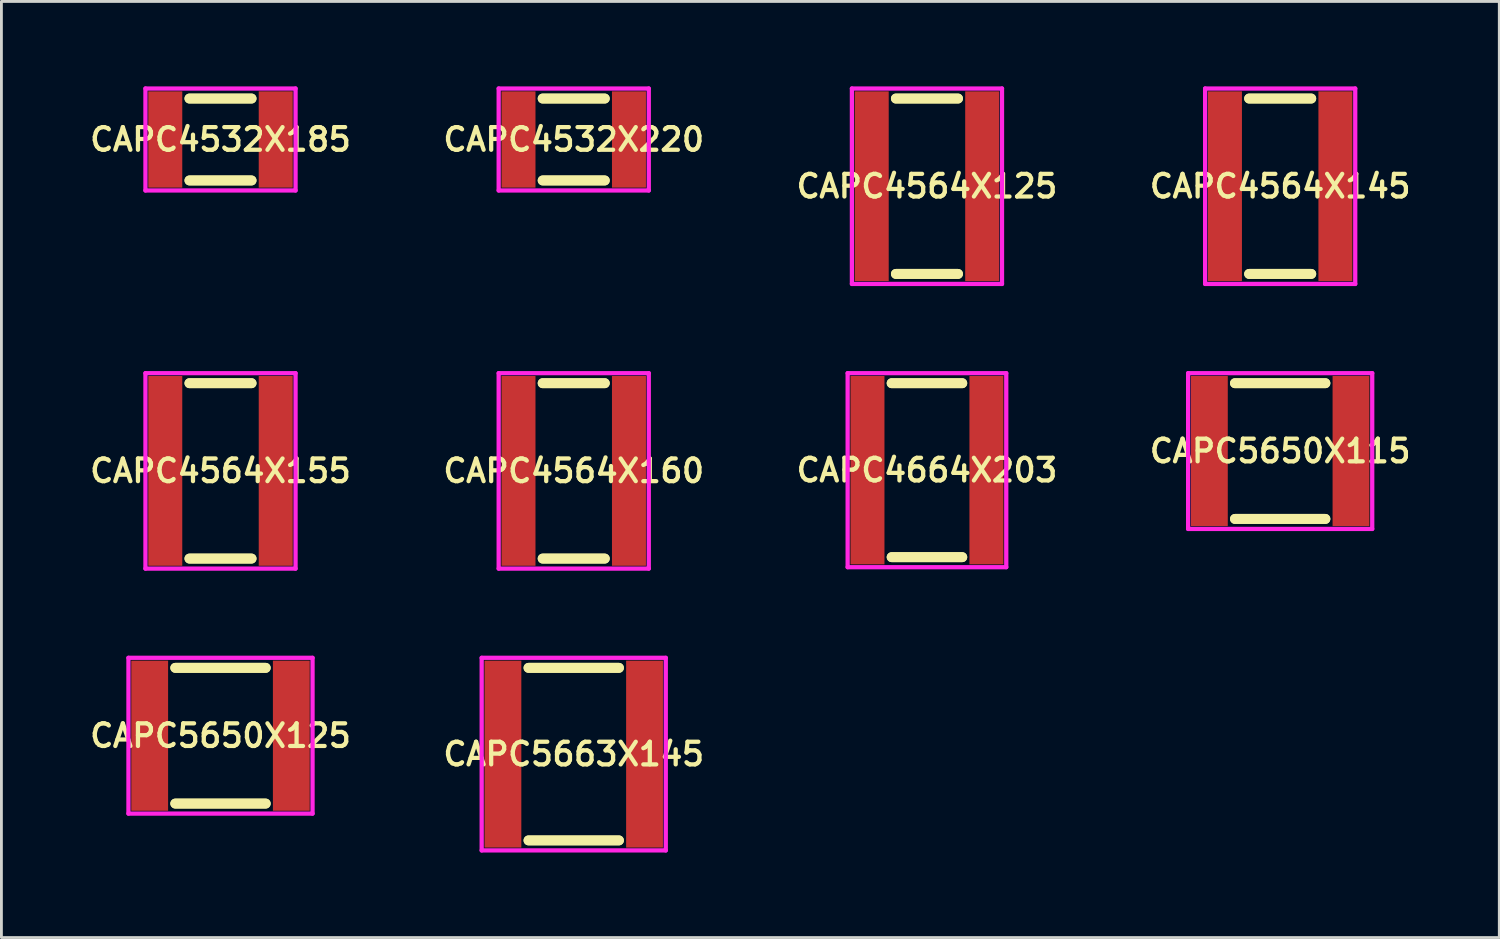
<source format=kicad_pcb>
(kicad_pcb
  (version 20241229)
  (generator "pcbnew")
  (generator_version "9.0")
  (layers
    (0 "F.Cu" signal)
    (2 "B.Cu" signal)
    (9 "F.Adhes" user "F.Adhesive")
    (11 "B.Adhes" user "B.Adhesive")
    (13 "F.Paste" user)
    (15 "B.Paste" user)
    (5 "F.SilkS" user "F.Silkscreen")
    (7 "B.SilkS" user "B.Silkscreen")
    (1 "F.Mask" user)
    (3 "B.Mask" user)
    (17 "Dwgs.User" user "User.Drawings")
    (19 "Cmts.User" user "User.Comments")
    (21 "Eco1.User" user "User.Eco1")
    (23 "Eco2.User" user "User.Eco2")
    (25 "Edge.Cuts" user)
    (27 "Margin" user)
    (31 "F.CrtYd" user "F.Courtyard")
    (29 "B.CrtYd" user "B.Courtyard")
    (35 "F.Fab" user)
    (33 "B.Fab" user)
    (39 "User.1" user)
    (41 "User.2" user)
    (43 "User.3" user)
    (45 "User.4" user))
  (footprint "CAPC4564X125"
    (layer "F.Cu")
    (at 29.677 3.525)
    (property "Reference" "CAPC4564X125" (at 0 0 0) (layer "F.SilkS") (effects (font (size 0.8 0.8) (thickness 0.15))))
    (attr smd)
    (fp_line (start -1.096 -3.096) (end 1.096 -3.096) (stroke (width 0.35) (type solid)) (layer "F.SilkS"))
    (fp_line (start -1.096 3.096) (end 1.096 3.096) (stroke (width 0.35) (type solid)) (layer "F.SilkS"))
    (fp_line (start 1.096 -3.096) (end -1.096 -3.096) (stroke (width 0.35) (type solid)) (layer "F.SilkS"))
    (fp_line (start 1.096 3.096) (end -1.096 3.096) (stroke (width 0.35) (type solid)) (layer "F.SilkS"))
    (fp_line (start -2.65 -3.45) (end 2.65 -3.45) (stroke (width 0.15) (type solid)) (layer "F.CrtYd"))
    (fp_line (start -2.65 3.45) (end -2.65 -3.45) (stroke (width 0.15) (type solid)) (layer "F.CrtYd"))
    (fp_line (start 2.65 -3.45) (end 2.65 3.45) (stroke (width 0.15) (type solid)) (layer "F.CrtYd"))
    (fp_line (start 2.65 3.45) (end -2.65 3.45) (stroke (width 0.15) (type solid)) (layer "F.CrtYd"))
    (pad "1" smd rect (at -1.95 0) (size 1.2 6.7) (layers "F.Cu" "F.Mask" "F.Paste"))
    (pad "2" smd rect (at 1.95 0) (size 1.2 6.7) (layers "F.Cu" "F.Mask" "F.Paste")))
  (footprint "CAPC5663X145"
    (layer "F.Cu")
    (at 17.206 23.575)
    (property "Reference" "CAPC5663X145" (at 0 0 0) (layer "F.SilkS") (effects (font (size 0.8 0.8) (thickness 0.15))))
    (attr smd)
    (fp_line (start -1.596 -3.046) (end 1.596 -3.046) (stroke (width 0.35) (type solid)) (layer "F.SilkS"))
    (fp_line (start -1.596 3.046) (end 1.596 3.046) (stroke (width 0.35) (type solid)) (layer "F.SilkS"))
    (fp_line (start 1.596 -3.046) (end -1.596 -3.046) (stroke (width 0.35) (type solid)) (layer "F.SilkS"))
    (fp_line (start 1.596 3.046) (end -1.596 3.046) (stroke (width 0.35) (type solid)) (layer "F.SilkS"))
    (fp_line (start -3.25 -3.4) (end 3.25 -3.4) (stroke (width 0.15) (type solid)) (layer "F.CrtYd"))
    (fp_line (start -3.25 3.4) (end -3.25 -3.4) (stroke (width 0.15) (type solid)) (layer "F.CrtYd"))
    (fp_line (start 3.25 -3.4) (end 3.25 3.4) (stroke (width 0.15) (type solid)) (layer "F.CrtYd"))
    (fp_line (start 3.25 3.4) (end -3.25 3.4) (stroke (width 0.15) (type solid)) (layer "F.CrtYd"))
    (pad "1" smd rect (at -2.5 0) (size 1.3 6.6) (layers "F.Cu" "F.Mask" "F.Paste"))
    (pad "2" smd rect (at 2.5 0) (size 1.3 6.6) (layers "F.Cu" "F.Mask" "F.Paste")))
  (footprint "CAPC4664X203"
    (layer "F.Cu")
    (at 29.677 13.55)
    (property "Reference" "CAPC4664X203" (at 0 0 0) (layer "F.SilkS") (effects (font (size 0.8 0.8) (thickness 0.15))))
    (attr smd)
    (fp_line (start -1.246 -3.071) (end 1.246 -3.071) (stroke (width 0.35) (type solid)) (layer "F.SilkS"))
    (fp_line (start -1.246 3.071) (end 1.246 3.071) (stroke (width 0.35) (type solid)) (layer "F.SilkS"))
    (fp_line (start 1.246 -3.071) (end -1.246 -3.071) (stroke (width 0.35) (type solid)) (layer "F.SilkS"))
    (fp_line (start 1.246 3.071) (end -1.246 3.071) (stroke (width 0.35) (type solid)) (layer "F.SilkS"))
    (fp_line (start -2.8 -3.425) (end 2.8 -3.425) (stroke (width 0.15) (type solid)) (layer "F.CrtYd"))
    (fp_line (start -2.8 3.425) (end -2.8 -3.425) (stroke (width 0.15) (type solid)) (layer "F.CrtYd"))
    (fp_line (start 2.8 -3.425) (end 2.8 3.425) (stroke (width 0.15) (type solid)) (layer "F.CrtYd"))
    (fp_line (start 2.8 3.425) (end -2.8 3.425) (stroke (width 0.15) (type solid)) (layer "F.CrtYd"))
    (pad "1" smd rect (at -2.1 0) (size 1.2 6.65) (layers "F.Cu" "F.Mask" "F.Paste"))
    (pad "2" smd rect (at 2.1 0) (size 1.2 6.65) (layers "F.Cu" "F.Mask" "F.Paste")))
  (footprint "CAPC4564X155"
    (layer "F.Cu")
    (at 4.735 13.575)
    (property "Reference" "CAPC4564X155" (at 0 0 0) (layer "F.SilkS") (effects (font (size 0.8 0.8) (thickness 0.15))))
    (attr smd)
    (fp_line (start -1.096 -3.096) (end 1.096 -3.096) (stroke (width 0.35) (type solid)) (layer "F.SilkS"))
    (fp_line (start -1.096 3.096) (end 1.096 3.096) (stroke (width 0.35) (type solid)) (layer "F.SilkS"))
    (fp_line (start 1.096 -3.096) (end -1.096 -3.096) (stroke (width 0.35) (type solid)) (layer "F.SilkS"))
    (fp_line (start 1.096 3.096) (end -1.096 3.096) (stroke (width 0.35) (type solid)) (layer "F.SilkS"))
    (fp_line (start -2.65 -3.45) (end 2.65 -3.45) (stroke (width 0.15) (type solid)) (layer "F.CrtYd"))
    (fp_line (start -2.65 3.45) (end -2.65 -3.45) (stroke (width 0.15) (type solid)) (layer "F.CrtYd"))
    (fp_line (start 2.65 -3.45) (end 2.65 3.45) (stroke (width 0.15) (type solid)) (layer "F.CrtYd"))
    (fp_line (start 2.65 3.45) (end -2.65 3.45) (stroke (width 0.15) (type solid)) (layer "F.CrtYd"))
    (pad "1" smd rect (at -1.95 0) (size 1.2 6.7) (layers "F.Cu" "F.Mask" "F.Paste"))
    (pad "2" smd rect (at 1.95 0) (size 1.2 6.7) (layers "F.Cu" "F.Mask" "F.Paste")))
  (footprint "CAPC5650X125"
    (layer "F.Cu")
    (at 4.735 22.925)
    (property "Reference" "CAPC5650X125" (at 0 0 0) (layer "F.SilkS") (effects (font (size 0.8 0.8) (thickness 0.15))))
    (attr smd)
    (fp_line (start -1.596 -2.396) (end 1.596 -2.396) (stroke (width 0.35) (type solid)) (layer "F.SilkS"))
    (fp_line (start -1.596 2.396) (end 1.596 2.396) (stroke (width 0.35) (type solid)) (layer "F.SilkS"))
    (fp_line (start 1.596 -2.396) (end -1.596 -2.396) (stroke (width 0.35) (type solid)) (layer "F.SilkS"))
    (fp_line (start 1.596 2.396) (end -1.596 2.396) (stroke (width 0.35) (type solid)) (layer "F.SilkS"))
    (fp_line (start -3.25 -2.75) (end 3.25 -2.75) (stroke (width 0.15) (type solid)) (layer "F.CrtYd"))
    (fp_line (start -3.25 2.75) (end -3.25 -2.75) (stroke (width 0.15) (type solid)) (layer "F.CrtYd"))
    (fp_line (start 3.25 -2.75) (end 3.25 2.75) (stroke (width 0.15) (type solid)) (layer "F.CrtYd"))
    (fp_line (start 3.25 2.75) (end -3.25 2.75) (stroke (width 0.15) (type solid)) (layer "F.CrtYd"))
    (pad "1" smd rect (at -2.5 0) (size 1.3 5.3) (layers "F.Cu" "F.Mask" "F.Paste"))
    (pad "2" smd rect (at 2.5 0) (size 1.3 5.3) (layers "F.Cu" "F.Mask" "F.Paste")))
  (footprint "CAPC4564X160"
    (layer "F.Cu")
    (at 17.206 13.575)
    (property "Reference" "CAPC4564X160" (at 0 0 0) (layer "F.SilkS") (effects (font (size 0.8 0.8) (thickness 0.15))))
    (attr smd)
    (fp_line (start -1.096 -3.096) (end 1.096 -3.096) (stroke (width 0.35) (type solid)) (layer "F.SilkS"))
    (fp_line (start -1.096 3.096) (end 1.096 3.096) (stroke (width 0.35) (type solid)) (layer "F.SilkS"))
    (fp_line (start 1.096 -3.096) (end -1.096 -3.096) (stroke (width 0.35) (type solid)) (layer "F.SilkS"))
    (fp_line (start 1.096 3.096) (end -1.096 3.096) (stroke (width 0.35) (type solid)) (layer "F.SilkS"))
    (fp_line (start -2.65 -3.45) (end 2.65 -3.45) (stroke (width 0.15) (type solid)) (layer "F.CrtYd"))
    (fp_line (start -2.65 3.45) (end -2.65 -3.45) (stroke (width 0.15) (type solid)) (layer "F.CrtYd"))
    (fp_line (start 2.65 -3.45) (end 2.65 3.45) (stroke (width 0.15) (type solid)) (layer "F.CrtYd"))
    (fp_line (start 2.65 3.45) (end -2.65 3.45) (stroke (width 0.15) (type solid)) (layer "F.CrtYd"))
    (pad "1" smd rect (at -1.95 0) (size 1.2 6.7) (layers "F.Cu" "F.Mask" "F.Paste"))
    (pad "2" smd rect (at 1.95 0) (size 1.2 6.7) (layers "F.Cu" "F.Mask" "F.Paste")))
  (footprint "CAPC5650X115"
    (layer "F.Cu")
    (at 42.148 12.875)
    (property "Reference" "CAPC5650X115" (at 0 0 0) (layer "F.SilkS") (effects (font (size 0.8 0.8) (thickness 0.15))))
    (attr smd)
    (fp_line (start -1.596 -2.396) (end 1.596 -2.396) (stroke (width 0.35) (type solid)) (layer "F.SilkS"))
    (fp_line (start -1.596 2.396) (end 1.596 2.396) (stroke (width 0.35) (type solid)) (layer "F.SilkS"))
    (fp_line (start 1.596 -2.396) (end -1.596 -2.396) (stroke (width 0.35) (type solid)) (layer "F.SilkS"))
    (fp_line (start 1.596 2.396) (end -1.596 2.396) (stroke (width 0.35) (type solid)) (layer "F.SilkS"))
    (fp_line (start -3.25 -2.75) (end 3.25 -2.75) (stroke (width 0.15) (type solid)) (layer "F.CrtYd"))
    (fp_line (start -3.25 2.75) (end -3.25 -2.75) (stroke (width 0.15) (type solid)) (layer "F.CrtYd"))
    (fp_line (start 3.25 -2.75) (end 3.25 2.75) (stroke (width 0.15) (type solid)) (layer "F.CrtYd"))
    (fp_line (start 3.25 2.75) (end -3.25 2.75) (stroke (width 0.15) (type solid)) (layer "F.CrtYd"))
    (pad "1" smd rect (at -2.5 0) (size 1.3 5.3) (layers "F.Cu" "F.Mask" "F.Paste"))
    (pad "2" smd rect (at 2.5 0) (size 1.3 5.3) (layers "F.Cu" "F.Mask" "F.Paste")))
  (footprint "CAPC4532X185"
    (layer "F.Cu")
    (at 4.735 1.875)
    (property "Reference" "CAPC4532X185" (at 0 0 0) (layer "F.SilkS") (effects (font (size 0.8 0.8) (thickness 0.15))))
    (attr smd)
    (fp_line (start -1.096 -1.446) (end 1.096 -1.446) (stroke (width 0.35) (type solid)) (layer "F.SilkS"))
    (fp_line (start -1.096 1.446) (end 1.096 1.446) (stroke (width 0.35) (type solid)) (layer "F.SilkS"))
    (fp_line (start 1.096 -1.446) (end -1.096 -1.446) (stroke (width 0.35) (type solid)) (layer "F.SilkS"))
    (fp_line (start 1.096 1.446) (end -1.096 1.446) (stroke (width 0.35) (type solid)) (layer "F.SilkS"))
    (fp_line (start -2.65 -1.8) (end 2.65 -1.8) (stroke (width 0.15) (type solid)) (layer "F.CrtYd"))
    (fp_line (start -2.65 1.8) (end -2.65 -1.8) (stroke (width 0.15) (type solid)) (layer "F.CrtYd"))
    (fp_line (start 2.65 -1.8) (end 2.65 1.8) (stroke (width 0.15) (type solid)) (layer "F.CrtYd"))
    (fp_line (start 2.65 1.8) (end -2.65 1.8) (stroke (width 0.15) (type solid)) (layer "F.CrtYd"))
    (pad "1" smd rect (at -1.95 0) (size 1.2 3.4) (layers "F.Cu" "F.Mask" "F.Paste"))
    (pad "2" smd rect (at 1.95 0) (size 1.2 3.4) (layers "F.Cu" "F.Mask" "F.Paste")))
  (footprint "CAPC4532X220"
    (layer "F.Cu")
    (at 17.206 1.875)
    (property "Reference" "CAPC4532X220" (at 0 0 0) (layer "F.SilkS") (effects (font (size 0.8 0.8) (thickness 0.15))))
    (attr smd)
    (fp_line (start -1.096 -1.446) (end 1.096 -1.446) (stroke (width 0.35) (type solid)) (layer "F.SilkS"))
    (fp_line (start -1.096 1.446) (end 1.096 1.446) (stroke (width 0.35) (type solid)) (layer "F.SilkS"))
    (fp_line (start 1.096 -1.446) (end -1.096 -1.446) (stroke (width 0.35) (type solid)) (layer "F.SilkS"))
    (fp_line (start 1.096 1.446) (end -1.096 1.446) (stroke (width 0.35) (type solid)) (layer "F.SilkS"))
    (fp_line (start -2.65 -1.8) (end 2.65 -1.8) (stroke (width 0.15) (type solid)) (layer "F.CrtYd"))
    (fp_line (start -2.65 1.8) (end -2.65 -1.8) (stroke (width 0.15) (type solid)) (layer "F.CrtYd"))
    (fp_line (start 2.65 -1.8) (end 2.65 1.8) (stroke (width 0.15) (type solid)) (layer "F.CrtYd"))
    (fp_line (start 2.65 1.8) (end -2.65 1.8) (stroke (width 0.15) (type solid)) (layer "F.CrtYd"))
    (pad "1" smd rect (at -1.95 0) (size 1.2 3.4) (layers "F.Cu" "F.Mask" "F.Paste"))
    (pad "2" smd rect (at 1.95 0) (size 1.2 3.4) (layers "F.Cu" "F.Mask" "F.Paste")))
  (footprint "CAPC4564X145"
    (layer "F.Cu")
    (at 42.148 3.525)
    (property "Reference" "CAPC4564X145" (at 0 0 0) (layer "F.SilkS") (effects (font (size 0.8 0.8) (thickness 0.15))))
    (attr smd)
    (fp_line (start -1.096 -3.096) (end 1.096 -3.096) (stroke (width 0.35) (type solid)) (layer "F.SilkS"))
    (fp_line (start -1.096 3.096) (end 1.096 3.096) (stroke (width 0.35) (type solid)) (layer "F.SilkS"))
    (fp_line (start 1.096 -3.096) (end -1.096 -3.096) (stroke (width 0.35) (type solid)) (layer "F.SilkS"))
    (fp_line (start 1.096 3.096) (end -1.096 3.096) (stroke (width 0.35) (type solid)) (layer "F.SilkS"))
    (fp_line (start -2.65 -3.45) (end 2.65 -3.45) (stroke (width 0.15) (type solid)) (layer "F.CrtYd"))
    (fp_line (start -2.65 3.45) (end -2.65 -3.45) (stroke (width 0.15) (type solid)) (layer "F.CrtYd"))
    (fp_line (start 2.65 -3.45) (end 2.65 3.45) (stroke (width 0.15) (type solid)) (layer "F.CrtYd"))
    (fp_line (start 2.65 3.45) (end -2.65 3.45) (stroke (width 0.15) (type solid)) (layer "F.CrtYd"))
    (pad "1" smd rect (at -1.95 0) (size 1.2 6.7) (layers "F.Cu" "F.Mask" "F.Paste"))
    (pad "2" smd rect (at 1.95 0) (size 1.2 6.7) (layers "F.Cu" "F.Mask" "F.Paste")))
  (gr_rect
    (start -3 -3)
    (end 49.884 30.05)
    (stroke (width 0.1) (type default))
    (fill no)
    (layer "Edge.Cuts")))
</source>
